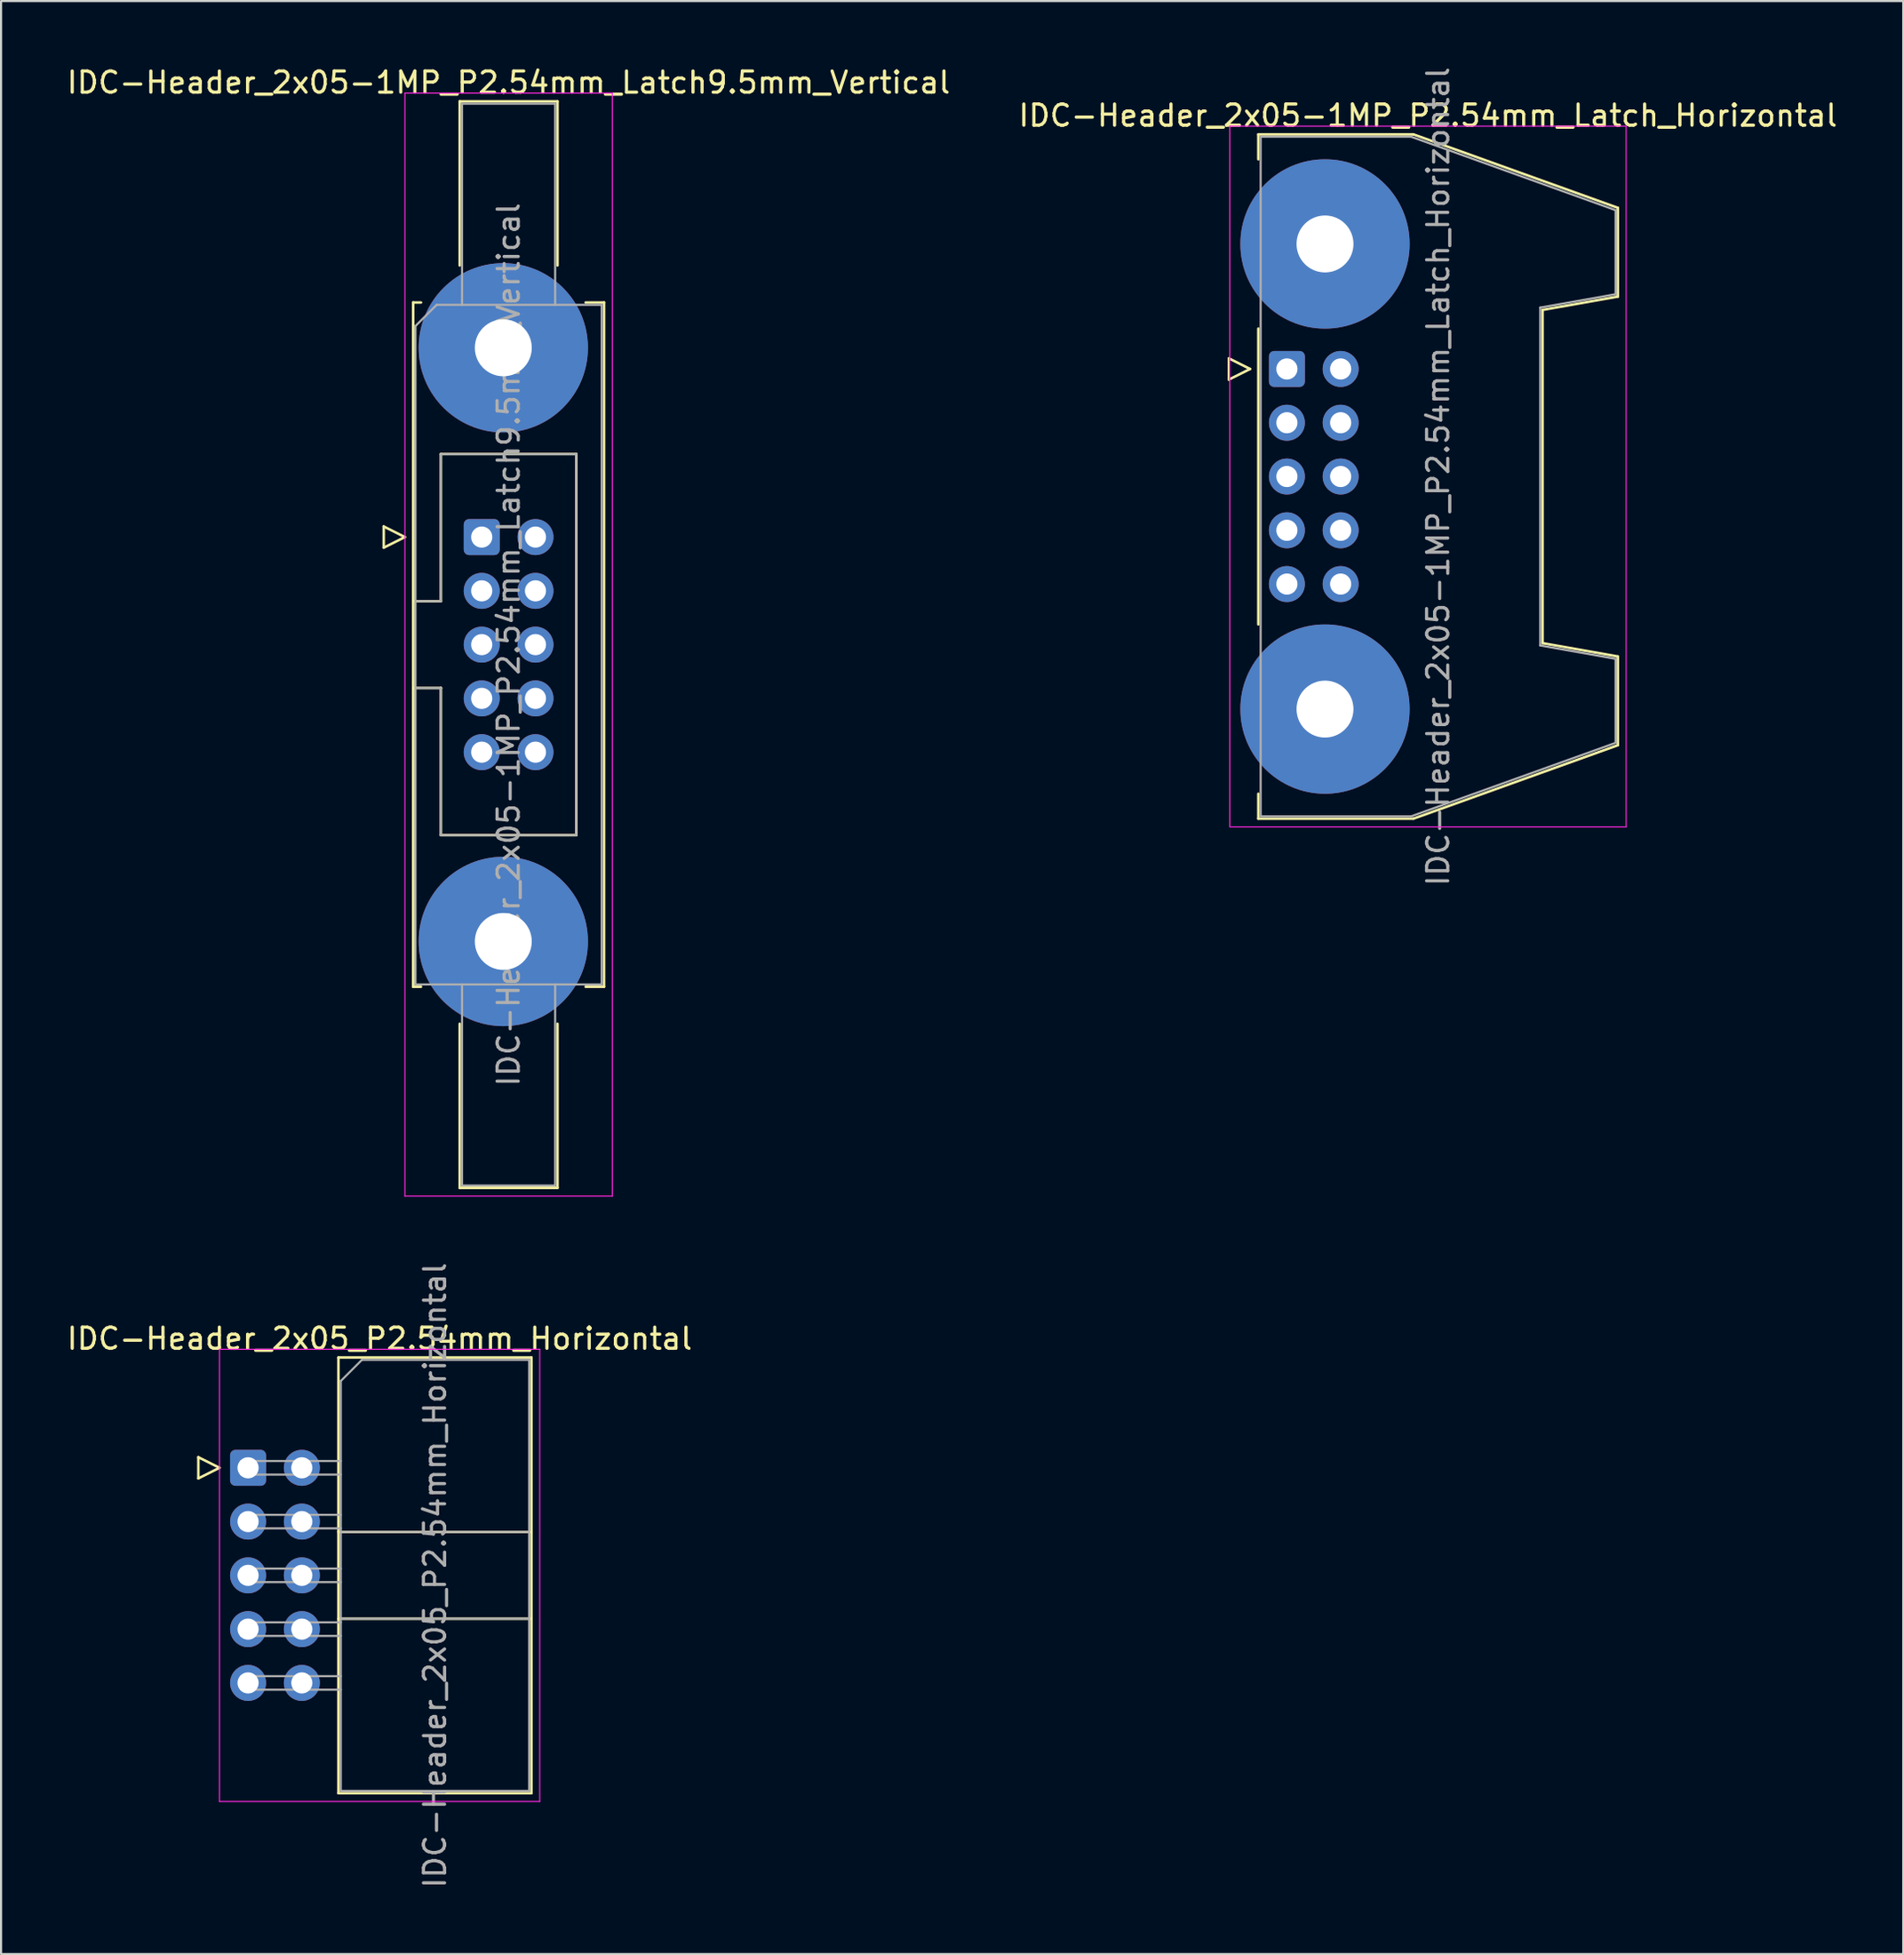
<source format=kicad_pcb>
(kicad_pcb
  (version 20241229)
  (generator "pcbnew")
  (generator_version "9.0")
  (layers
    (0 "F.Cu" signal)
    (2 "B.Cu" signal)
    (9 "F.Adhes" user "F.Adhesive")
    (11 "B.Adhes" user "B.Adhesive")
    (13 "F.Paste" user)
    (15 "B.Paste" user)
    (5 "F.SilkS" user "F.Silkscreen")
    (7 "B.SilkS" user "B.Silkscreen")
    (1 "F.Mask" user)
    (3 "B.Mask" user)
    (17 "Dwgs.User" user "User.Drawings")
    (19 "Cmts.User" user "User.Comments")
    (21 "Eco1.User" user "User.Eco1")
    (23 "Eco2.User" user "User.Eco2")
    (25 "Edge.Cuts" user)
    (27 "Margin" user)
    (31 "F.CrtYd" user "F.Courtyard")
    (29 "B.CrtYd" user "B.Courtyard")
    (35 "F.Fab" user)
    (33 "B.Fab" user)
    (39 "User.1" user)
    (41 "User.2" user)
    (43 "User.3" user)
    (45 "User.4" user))
  (footprint "IDC-Header_2x05-1MP_P2.54mm_Latch_Horizontal"
    (layer "F.Cu")
    (at 57.758 14.378)
    (property "Reference" "IDC-Header_2x05-1MP_P2.54mm_Latch_Horizontal" (at 6.665 -11.97 0) (layer "F.SilkS") (effects (font (size 1 1) (thickness 0.15))))
    (attr through_hole)
    (fp_line (start -2.74 -0.5) (end -2.74 0.5) (stroke (width 0.12) (type solid)) (layer "F.SilkS"))
    (fp_line (start -2.74 0.5) (end -1.74 0) (stroke (width 0.12) (type solid)) (layer "F.SilkS"))
    (fp_line (start -1.74 0) (end -2.74 -0.5) (stroke (width 0.12) (type solid)) (layer "F.SilkS"))
    (fp_line (start -1.35 -11.08) (end -1.35 -9.905) (stroke (width 0.12) (type solid)) (layer "F.SilkS"))
    (fp_line (start -1.35 -11.08) (end 5.98 -11.08) (stroke (width 0.12) (type solid)) (layer "F.SilkS"))
    (fp_line (start -1.35 -1.905) (end -1.35 12.065) (stroke (width 0.12) (type solid)) (layer "F.SilkS"))
    (fp_line (start -1.35 20.065) (end -1.35 21.24) (stroke (width 0.12) (type solid)) (layer "F.SilkS"))
    (fp_line (start 5.98 -11.08) (end 15.64 -7.61) (stroke (width 0.12) (type solid)) (layer "F.SilkS"))
    (fp_line (start 5.98 21.24) (end -1.35 21.24) (stroke (width 0.12) (type solid)) (layer "F.SilkS"))
    (fp_line (start 12.08 -2.79) (end 12.08 12.95) (stroke (width 0.12) (type solid)) (layer "F.SilkS"))
    (fp_line (start 12.08 12.95) (end 15.64 13.58) (stroke (width 0.12) (type solid)) (layer "F.SilkS"))
    (fp_line (start 15.64 -7.61) (end 15.64 -3.42) (stroke (width 0.12) (type solid)) (layer "F.SilkS"))
    (fp_line (start 15.64 -3.42) (end 12.08 -2.79) (stroke (width 0.12) (type solid)) (layer "F.SilkS"))
    (fp_line (start 15.64 13.58) (end 15.64 17.77) (stroke (width 0.12) (type solid)) (layer "F.SilkS"))
    (fp_line (start 15.64 17.77) (end 5.98 21.24) (stroke (width 0.12) (type solid)) (layer "F.SilkS"))
    (fp_line (start -2.7 -11.47) (end -2.7 21.63) (stroke (width 0.05) (type solid)) (layer "F.CrtYd"))
    (fp_line (start -2.7 21.63) (end 16.03 21.63) (stroke (width 0.05) (type solid)) (layer "F.CrtYd"))
    (fp_line (start 16.03 -11.47) (end -2.7 -11.47) (stroke (width 0.05) (type solid)) (layer "F.CrtYd"))
    (fp_line (start 16.03 21.63) (end 16.03 -11.47) (stroke (width 0.05) (type solid)) (layer "F.CrtYd"))
    (fp_line (start -1.24 -10.97) (end 5.87 -10.97) (stroke (width 0.1) (type solid)) (layer "F.Fab"))
    (fp_line (start -1.24 21.13) (end -1.24 -10.97) (stroke (width 0.1) (type solid)) (layer "F.Fab"))
    (fp_line (start 5.87 -10.97) (end 15.53 -7.5) (stroke (width 0.1) (type solid)) (layer "F.Fab"))
    (fp_line (start 5.87 21.13) (end -1.24 21.13) (stroke (width 0.1) (type solid)) (layer "F.Fab"))
    (fp_line (start 11.97 -2.9) (end 11.97 13.06) (stroke (width 0.1) (type solid)) (layer "F.Fab"))
    (fp_line (start 11.97 13.06) (end 15.53 13.69) (stroke (width 0.1) (type solid)) (layer "F.Fab"))
    (fp_line (start 15.53 -7.5) (end 15.53 -3.53) (stroke (width 0.1) (type solid)) (layer "F.Fab"))
    (fp_line (start 15.53 -3.53) (end 11.97 -2.9) (stroke (width 0.1) (type solid)) (layer "F.Fab"))
    (fp_line (start 15.53 13.69) (end 15.53 17.66) (stroke (width 0.1) (type solid)) (layer "F.Fab"))
    (fp_line (start 15.53 17.66) (end 5.87 21.13) (stroke (width 0.1) (type solid)) (layer "F.Fab"))
    (fp_text user "${REFERENCE}" (at 7.145 5.08 90) (layer "F.Fab") (effects (font (size 1 1) (thickness 0.15))))
    (pad "1" thru_hole roundrect (at 0 0) (size 1.7 1.7) (drill 1) (layers "*.Cu" "*.Mask") (roundrect_rratio 0.147))
    (pad "2" thru_hole circle (at 2.54 0) (size 1.7 1.7) (drill 1) (layers "*.Cu" "*.Mask"))
    (pad "3" thru_hole circle (at 0 2.54) (size 1.7 1.7) (drill 1) (layers "*.Cu" "*.Mask"))
    (pad "4" thru_hole circle (at 2.54 2.54) (size 1.7 1.7) (drill 1) (layers "*.Cu" "*.Mask"))
    (pad "5" thru_hole circle (at 0 5.08) (size 1.7 1.7) (drill 1) (layers "*.Cu" "*.Mask"))
    (pad "6" thru_hole circle (at 2.54 5.08) (size 1.7 1.7) (drill 1) (layers "*.Cu" "*.Mask"))
    (pad "7" thru_hole circle (at 0 7.62) (size 1.7 1.7) (drill 1) (layers "*.Cu" "*.Mask"))
    (pad "8" thru_hole circle (at 2.54 7.62) (size 1.7 1.7) (drill 1) (layers "*.Cu" "*.Mask"))
    (pad "9" thru_hole circle (at 0 10.16) (size 1.7 1.7) (drill 1) (layers "*.Cu" "*.Mask"))
    (pad "10" thru_hole circle (at 2.54 10.16) (size 1.7 1.7) (drill 1) (layers "*.Cu" "*.Mask"))
    (pad "MP" thru_hole circle (at 1.8 -5.905) (size 8 8) (drill 2.69) (layers "*.Cu" "*.Mask"))
    (pad "MP" thru_hole circle (at 1.8 16.065) (size 8 8) (drill 2.69) (layers "*.Cu" "*.Mask")))
  (footprint "IDC-Header_2x05-1MP_P2.54mm_Latch9.5mm_Vertical"
    (layer "F.Cu")
    (at 19.712 22.318)
    (property "Reference" "IDC-Header_2x05-1MP_P2.54mm_Latch9.5mm_Vertical" (at 1.27 -21.47 0) (layer "F.SilkS") (effects (font (size 1 1) (thickness 0.15))))
    (attr through_hole)
    (fp_line (start -4.63 -0.5) (end -4.63 0.5) (stroke (width 0.12) (type solid)) (layer "F.SilkS"))
    (fp_line (start -4.63 0.5) (end -3.63 0) (stroke (width 0.12) (type solid)) (layer "F.SilkS"))
    (fp_line (start -3.63 0) (end -4.63 -0.5) (stroke (width 0.12) (type solid)) (layer "F.SilkS"))
    (fp_line (start -3.24 -11.08) (end -3.24 21.24) (stroke (width 0.12) (type solid)) (layer "F.SilkS"))
    (fp_line (start -3.24 3.03) (end -1.93 3.03) (stroke (width 0.12) (type solid)) (layer "F.SilkS"))
    (fp_line (start -3.24 21.24) (end -2.87 21.24) (stroke (width 0.12) (type solid)) (layer "F.SilkS"))
    (fp_line (start -2.87 -11.08) (end -3.24 -11.08) (stroke (width 0.12) (type solid)) (layer "F.SilkS"))
    (fp_line (start -1.93 -3.92) (end 4.47 -3.92) (stroke (width 0.12) (type solid)) (layer "F.SilkS"))
    (fp_line (start -1.93 3.03) (end -1.93 -3.92) (stroke (width 0.12) (type solid)) (layer "F.SilkS"))
    (fp_line (start -1.93 7.13) (end -3.24 7.13) (stroke (width 0.12) (type solid)) (layer "F.SilkS"))
    (fp_line (start -1.93 7.13) (end -1.93 7.13) (stroke (width 0.12) (type solid)) (layer "F.SilkS"))
    (fp_line (start -1.93 14.08) (end -1.93 7.13) (stroke (width 0.12) (type solid)) (layer "F.SilkS"))
    (fp_line (start -1.04 -20.58) (end 3.58 -20.58) (stroke (width 0.12) (type solid)) (layer "F.SilkS"))
    (fp_line (start -1.04 -12.83) (end -1.04 -20.58) (stroke (width 0.12) (type solid)) (layer "F.SilkS"))
    (fp_line (start -1.04 22.99) (end -1.04 30.74) (stroke (width 0.12) (type solid)) (layer "F.SilkS"))
    (fp_line (start -1.04 30.74) (end 3.58 30.74) (stroke (width 0.12) (type solid)) (layer "F.SilkS"))
    (fp_line (start 3.58 -20.58) (end 3.58 -12.83) (stroke (width 0.12) (type solid)) (layer "F.SilkS"))
    (fp_line (start 3.58 30.74) (end 3.58 22.99) (stroke (width 0.12) (type solid)) (layer "F.SilkS"))
    (fp_line (start 4.47 -3.92) (end 4.47 14.08) (stroke (width 0.12) (type solid)) (layer "F.SilkS"))
    (fp_line (start 4.47 14.08) (end -1.93 14.08) (stroke (width 0.12) (type solid)) (layer "F.SilkS"))
    (fp_line (start 4.91 -11.08) (end 5.78 -11.08) (stroke (width 0.12) (type solid)) (layer "F.SilkS"))
    (fp_line (start 5.78 -11.08) (end 5.78 21.24) (stroke (width 0.12) (type solid)) (layer "F.SilkS"))
    (fp_line (start 5.78 21.24) (end 4.91 21.24) (stroke (width 0.12) (type solid)) (layer "F.SilkS"))
    (fp_line (start -3.63 -20.97) (end -3.63 31.13) (stroke (width 0.05) (type solid)) (layer "F.CrtYd"))
    (fp_line (start -3.63 31.13) (end 6.17 31.13) (stroke (width 0.05) (type solid)) (layer "F.CrtYd"))
    (fp_line (start 6.17 -20.97) (end -3.63 -20.97) (stroke (width 0.05) (type solid)) (layer "F.CrtYd"))
    (fp_line (start 6.17 31.13) (end 6.17 -20.97) (stroke (width 0.05) (type solid)) (layer "F.CrtYd"))
    (fp_line (start -3.13 -9.97) (end -2.13 -10.97) (stroke (width 0.1) (type solid)) (layer "F.Fab"))
    (fp_line (start -3.13 3.03) (end -1.93 3.03) (stroke (width 0.1) (type solid)) (layer "F.Fab"))
    (fp_line (start -3.13 21.13) (end -3.13 -9.97) (stroke (width 0.1) (type solid)) (layer "F.Fab"))
    (fp_line (start -2.13 -10.97) (end 5.67 -10.97) (stroke (width 0.1) (type solid)) (layer "F.Fab"))
    (fp_line (start -1.93 -3.92) (end 4.47 -3.92) (stroke (width 0.1) (type solid)) (layer "F.Fab"))
    (fp_line (start -1.93 3.03) (end -1.93 -3.92) (stroke (width 0.1) (type solid)) (layer "F.Fab"))
    (fp_line (start -1.93 7.13) (end -3.13 7.13) (stroke (width 0.1) (type solid)) (layer "F.Fab"))
    (fp_line (start -1.93 7.13) (end -1.93 7.13) (stroke (width 0.1) (type solid)) (layer "F.Fab"))
    (fp_line (start -1.93 14.08) (end -1.93 7.13) (stroke (width 0.1) (type solid)) (layer "F.Fab"))
    (fp_line (start -0.93 -20.47) (end 3.47 -20.47) (stroke (width 0.1) (type solid)) (layer "F.Fab"))
    (fp_line (start -0.93 -10.97) (end -0.93 -20.47) (stroke (width 0.1) (type solid)) (layer "F.Fab"))
    (fp_line (start -0.93 21.13) (end -0.93 30.63) (stroke (width 0.1) (type solid)) (layer "F.Fab"))
    (fp_line (start -0.93 30.63) (end 3.47 30.63) (stroke (width 0.1) (type solid)) (layer "F.Fab"))
    (fp_line (start 3.47 -20.47) (end 3.47 -10.97) (stroke (width 0.1) (type solid)) (layer "F.Fab"))
    (fp_line (start 3.47 30.63) (end 3.47 21.13) (stroke (width 0.1) (type solid)) (layer "F.Fab"))
    (fp_line (start 4.47 -3.92) (end 4.47 14.08) (stroke (width 0.1) (type solid)) (layer "F.Fab"))
    (fp_line (start 4.47 14.08) (end -1.93 14.08) (stroke (width 0.1) (type solid)) (layer "F.Fab"))
    (fp_line (start 5.67 -10.97) (end 5.67 21.13) (stroke (width 0.1) (type solid)) (layer "F.Fab"))
    (fp_line (start 5.67 21.13) (end -3.13 21.13) (stroke (width 0.1) (type solid)) (layer "F.Fab"))
    (fp_text user "${REFERENCE}" (at 1.27 5.08 90) (layer "F.Fab") (effects (font (size 1 1) (thickness 0.15))))
    (pad "1" thru_hole roundrect (at 0 0) (size 1.7 1.7) (drill 1) (layers "*.Cu" "*.Mask") (roundrect_rratio 0.147))
    (pad "2" thru_hole circle (at 2.54 0) (size 1.7 1.7) (drill 1) (layers "*.Cu" "*.Mask"))
    (pad "3" thru_hole circle (at 0 2.54) (size 1.7 1.7) (drill 1) (layers "*.Cu" "*.Mask"))
    (pad "4" thru_hole circle (at 2.54 2.54) (size 1.7 1.7) (drill 1) (layers "*.Cu" "*.Mask"))
    (pad "5" thru_hole circle (at 0 5.08) (size 1.7 1.7) (drill 1) (layers "*.Cu" "*.Mask"))
    (pad "6" thru_hole circle (at 2.54 5.08) (size 1.7 1.7) (drill 1) (layers "*.Cu" "*.Mask"))
    (pad "7" thru_hole circle (at 0 7.62) (size 1.7 1.7) (drill 1) (layers "*.Cu" "*.Mask"))
    (pad "8" thru_hole circle (at 2.54 7.62) (size 1.7 1.7) (drill 1) (layers "*.Cu" "*.Mask"))
    (pad "9" thru_hole circle (at 0 10.16) (size 1.7 1.7) (drill 1) (layers "*.Cu" "*.Mask"))
    (pad "10" thru_hole circle (at 2.54 10.16) (size 1.7 1.7) (drill 1) (layers "*.Cu" "*.Mask"))
    (pad "MP" thru_hole circle (at 1.02 -8.94) (size 8 8) (drill 2.69) (layers "*.Cu" "*.Mask"))
    (pad "MP" thru_hole circle (at 1.02 19.1) (size 8 8) (drill 2.69) (layers "*.Cu" "*.Mask")))
  (footprint "IDC-Header_2x05_P2.54mm_Horizontal"
    (layer "F.Cu")
    (at 8.672 66.28)
    (property "Reference" "IDC-Header_2x05_P2.54mm_Horizontal" (at 6.215 -6.1 0) (layer "F.SilkS") (effects (font (size 1 1) (thickness 0.15))))
    (attr through_hole)
    (fp_line (start -2.35 -0.5) (end -2.35 0.5) (stroke (width 0.12) (type solid)) (layer "F.SilkS"))
    (fp_line (start -2.35 0.5) (end -1.35 0) (stroke (width 0.12) (type solid)) (layer "F.SilkS"))
    (fp_line (start -1.35 0) (end -2.35 -0.5) (stroke (width 0.12) (type solid)) (layer "F.SilkS"))
    (fp_line (start 4.27 -5.21) (end 13.39 -5.21) (stroke (width 0.12) (type solid)) (layer "F.SilkS"))
    (fp_line (start 4.27 3.03) (end 13.39 3.03) (stroke (width 0.12) (type solid)) (layer "F.SilkS"))
    (fp_line (start 4.27 7.13) (end 13.39 7.13) (stroke (width 0.12) (type solid)) (layer "F.SilkS"))
    (fp_line (start 4.27 15.37) (end 4.27 -5.21) (stroke (width 0.12) (type solid)) (layer "F.SilkS"))
    (fp_line (start 13.39 -5.21) (end 13.39 15.37) (stroke (width 0.12) (type solid)) (layer "F.SilkS"))
    (fp_line (start 13.39 15.37) (end 4.27 15.37) (stroke (width 0.12) (type solid)) (layer "F.SilkS"))
    (fp_line (start -1.35 -5.6) (end -1.35 15.76) (stroke (width 0.05) (type solid)) (layer "F.CrtYd"))
    (fp_line (start -1.35 15.76) (end 13.78 15.76) (stroke (width 0.05) (type solid)) (layer "F.CrtYd"))
    (fp_line (start 13.78 -5.6) (end -1.35 -5.6) (stroke (width 0.05) (type solid)) (layer "F.CrtYd"))
    (fp_line (start 13.78 15.76) (end 13.78 -5.6) (stroke (width 0.05) (type solid)) (layer "F.CrtYd"))
    (fp_line (start -0.32 -0.32) (end -0.32 0.32) (stroke (width 0.1) (type solid)) (layer "F.Fab"))
    (fp_line (start -0.32 0.32) (end 4.38 0.32) (stroke (width 0.1) (type solid)) (layer "F.Fab"))
    (fp_line (start -0.32 2.22) (end -0.32 2.86) (stroke (width 0.1) (type solid)) (layer "F.Fab"))
    (fp_line (start -0.32 2.86) (end 4.38 2.86) (stroke (width 0.1) (type solid)) (layer "F.Fab"))
    (fp_line (start -0.32 4.76) (end -0.32 5.4) (stroke (width 0.1) (type solid)) (layer "F.Fab"))
    (fp_line (start -0.32 5.4) (end 4.38 5.4) (stroke (width 0.1) (type solid)) (layer "F.Fab"))
    (fp_line (start -0.32 7.3) (end -0.32 7.94) (stroke (width 0.1) (type solid)) (layer "F.Fab"))
    (fp_line (start -0.32 7.94) (end 4.38 7.94) (stroke (width 0.1) (type solid)) (layer "F.Fab"))
    (fp_line (start -0.32 9.84) (end -0.32 10.48) (stroke (width 0.1) (type solid)) (layer "F.Fab"))
    (fp_line (start -0.32 10.48) (end 4.38 10.48) (stroke (width 0.1) (type solid)) (layer "F.Fab"))
    (fp_line (start 4.38 -4.1) (end 5.38 -5.1) (stroke (width 0.1) (type solid)) (layer "F.Fab"))
    (fp_line (start 4.38 -0.32) (end -0.32 -0.32) (stroke (width 0.1) (type solid)) (layer "F.Fab"))
    (fp_line (start 4.38 2.22) (end -0.32 2.22) (stroke (width 0.1) (type solid)) (layer "F.Fab"))
    (fp_line (start 4.38 3.03) (end 13.28 3.03) (stroke (width 0.1) (type solid)) (layer "F.Fab"))
    (fp_line (start 4.38 4.76) (end -0.32 4.76) (stroke (width 0.1) (type solid)) (layer "F.Fab"))
    (fp_line (start 4.38 7.13) (end 13.28 7.13) (stroke (width 0.1) (type solid)) (layer "F.Fab"))
    (fp_line (start 4.38 7.3) (end -0.32 7.3) (stroke (width 0.1) (type solid)) (layer "F.Fab"))
    (fp_line (start 4.38 9.84) (end -0.32 9.84) (stroke (width 0.1) (type solid)) (layer "F.Fab"))
    (fp_line (start 4.38 15.26) (end 4.38 -4.1) (stroke (width 0.1) (type solid)) (layer "F.Fab"))
    (fp_line (start 5.38 -5.1) (end 13.28 -5.1) (stroke (width 0.1) (type solid)) (layer "F.Fab"))
    (fp_line (start 13.28 -5.1) (end 13.28 15.26) (stroke (width 0.1) (type solid)) (layer "F.Fab"))
    (fp_line (start 13.28 15.26) (end 4.38 15.26) (stroke (width 0.1) (type solid)) (layer "F.Fab"))
    (fp_text user "${REFERENCE}" (at 8.83 5.08 90) (layer "F.Fab") (effects (font (size 1 1) (thickness 0.15))))
    (pad "1" thru_hole roundrect (at 0 0) (size 1.7 1.7) (drill 1) (layers "*.Cu" "*.Mask") (roundrect_rratio 0.147))
    (pad "2" thru_hole circle (at 2.54 0) (size 1.7 1.7) (drill 1) (layers "*.Cu" "*.Mask"))
    (pad "3" thru_hole circle (at 0 2.54) (size 1.7 1.7) (drill 1) (layers "*.Cu" "*.Mask"))
    (pad "4" thru_hole circle (at 2.54 2.54) (size 1.7 1.7) (drill 1) (layers "*.Cu" "*.Mask"))
    (pad "5" thru_hole circle (at 0 5.08) (size 1.7 1.7) (drill 1) (layers "*.Cu" "*.Mask"))
    (pad "6" thru_hole circle (at 2.54 5.08) (size 1.7 1.7) (drill 1) (layers "*.Cu" "*.Mask"))
    (pad "7" thru_hole circle (at 0 7.62) (size 1.7 1.7) (drill 1) (layers "*.Cu" "*.Mask"))
    (pad "8" thru_hole circle (at 2.54 7.62) (size 1.7 1.7) (drill 1) (layers "*.Cu" "*.Mask"))
    (pad "9" thru_hole circle (at 0 10.16) (size 1.7 1.7) (drill 1) (layers "*.Cu" "*.Mask"))
    (pad "10" thru_hole circle (at 2.54 10.16) (size 1.7 1.7) (drill 1) (layers "*.Cu" "*.Mask")))
  (gr_rect
    (start -3 -3)
    (end 86.881 89.247)
    (stroke (width 0.1) (type default))
    (fill no)
    (layer "Edge.Cuts")))
</source>
